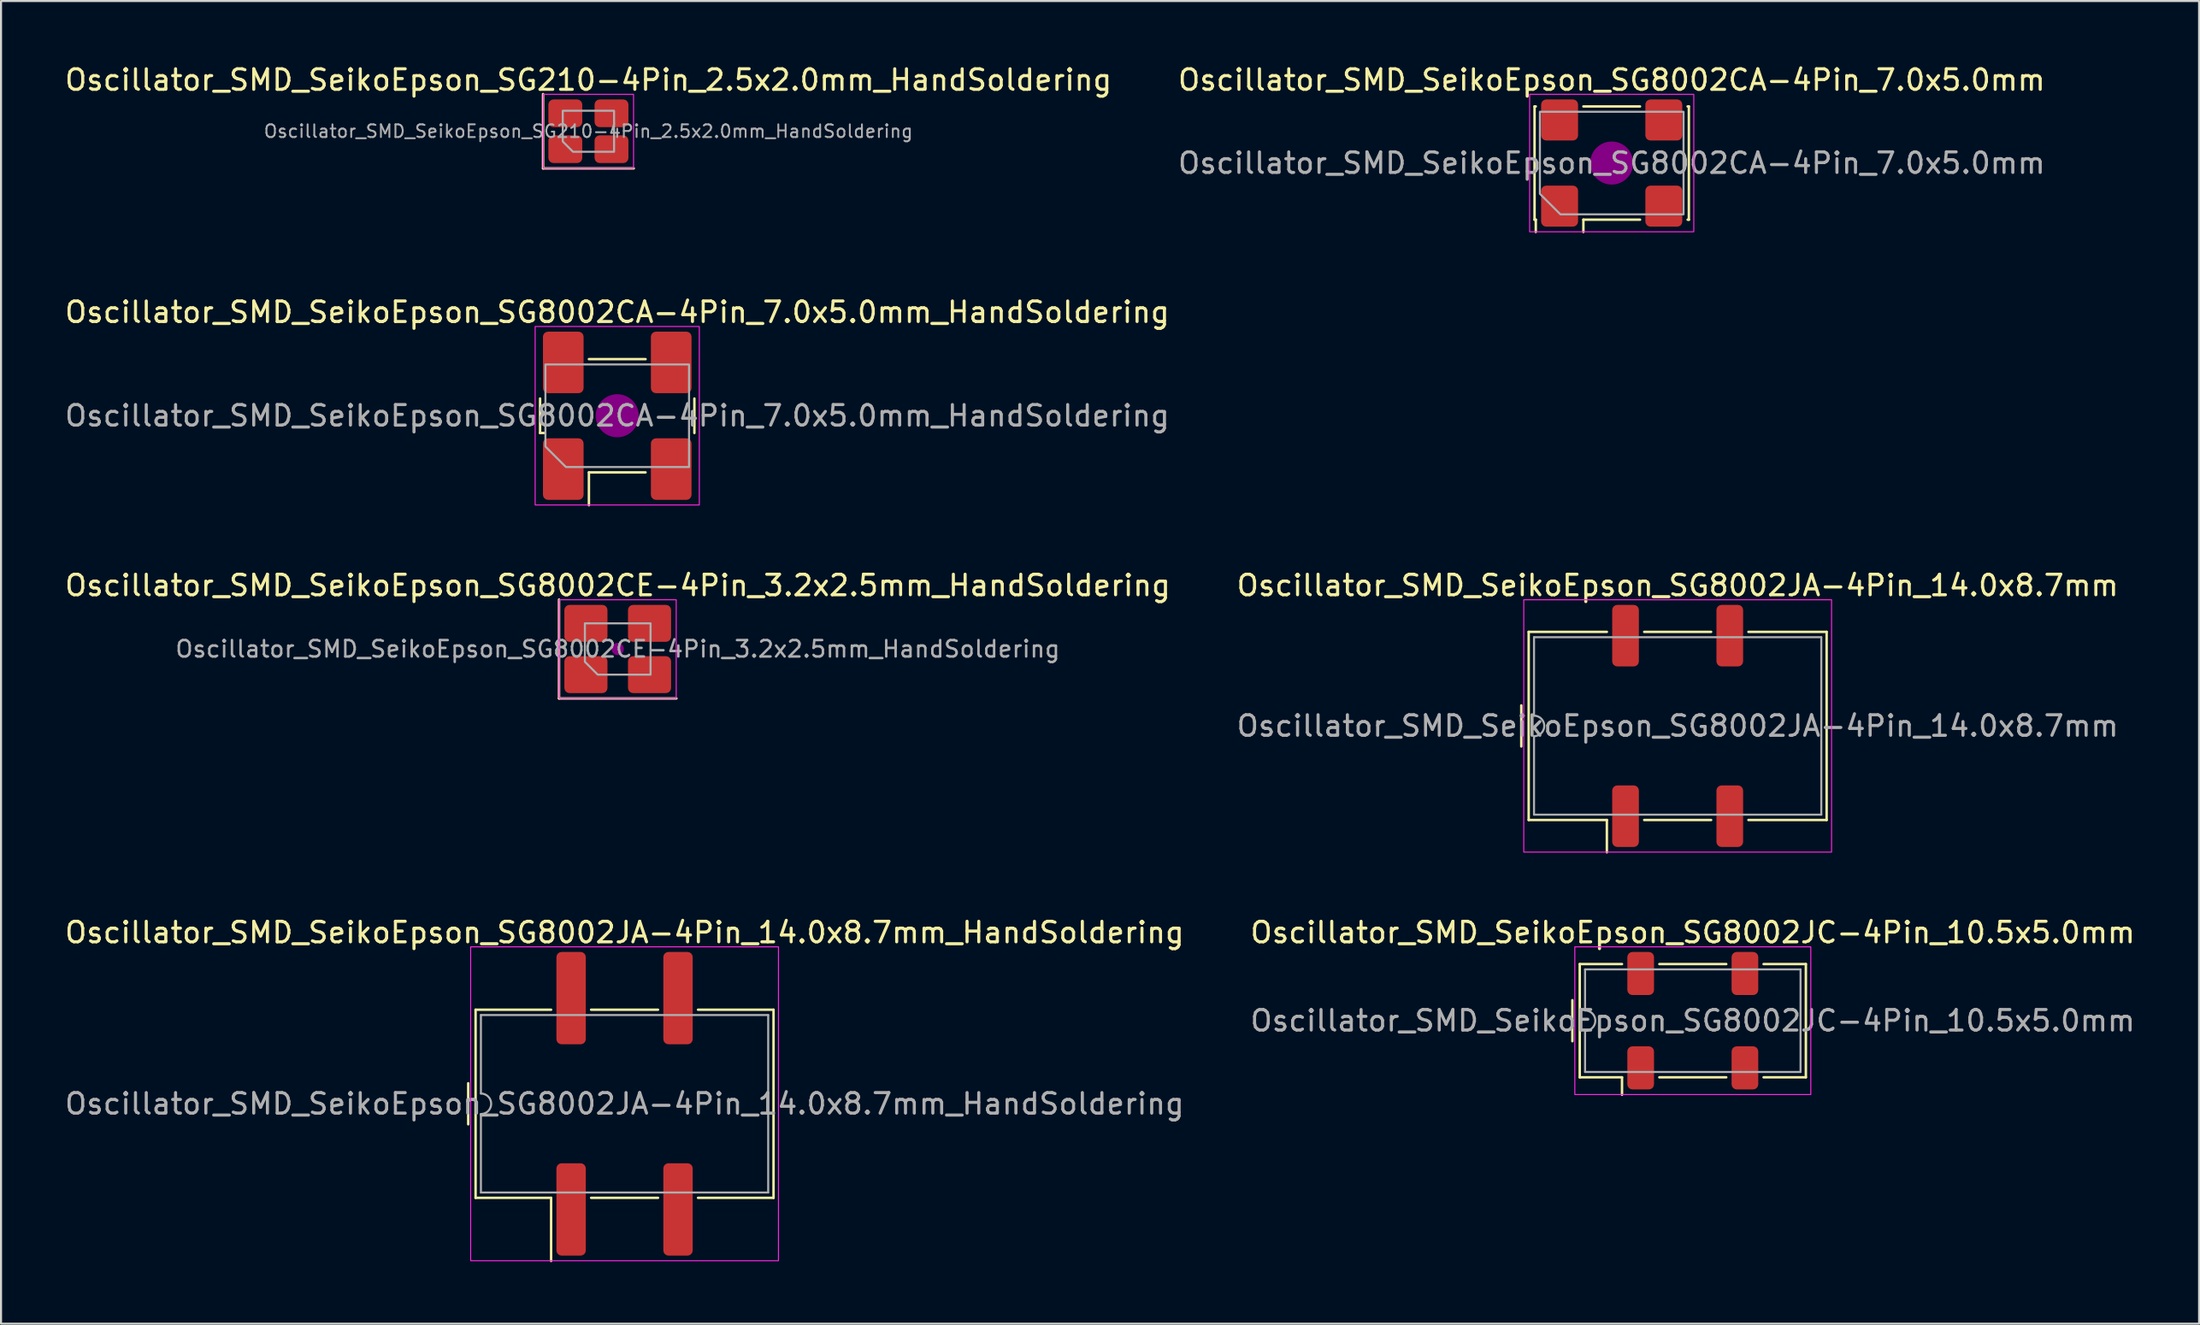
<source format=kicad_pcb>
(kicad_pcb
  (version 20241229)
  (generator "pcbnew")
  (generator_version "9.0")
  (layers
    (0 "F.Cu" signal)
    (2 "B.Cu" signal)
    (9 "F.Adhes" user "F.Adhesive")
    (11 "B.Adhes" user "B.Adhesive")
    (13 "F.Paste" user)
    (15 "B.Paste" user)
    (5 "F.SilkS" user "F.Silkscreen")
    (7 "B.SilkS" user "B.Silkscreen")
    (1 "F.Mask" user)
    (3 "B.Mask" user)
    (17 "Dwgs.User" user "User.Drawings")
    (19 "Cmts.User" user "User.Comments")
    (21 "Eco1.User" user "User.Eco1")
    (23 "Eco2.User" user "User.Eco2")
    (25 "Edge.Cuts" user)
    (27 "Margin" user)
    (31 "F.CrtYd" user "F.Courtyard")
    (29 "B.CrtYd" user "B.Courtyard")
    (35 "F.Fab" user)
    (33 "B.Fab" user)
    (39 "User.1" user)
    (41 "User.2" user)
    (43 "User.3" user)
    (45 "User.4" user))
  (footprint "Oscillator_SMD_SeikoEpson_SG8002CA-4Pin_7.0x5.0mm"
    (layer "F.Cu")
    (at 75.494 4.898)
    (property "Reference" "Oscillator_SMD_SeikoEpson_SG8002CA-4Pin_7.0x5.0mm" (at 0 -4.05 0) (layer "F.SilkS") (effects (font (size 1 1) (thickness 0.15))))
    (attr smd)
    (fp_line (start -3.76 -2.76) (end -3.7 -2.76) (stroke (width 0.12) (type solid)) (layer "F.SilkS"))
    (fp_line (start -3.76 2.76) (end -3.76 -2.76) (stroke (width 0.12) (type solid)) (layer "F.SilkS"))
    (fp_line (start -3.7 2.76) (end -3.76 2.76) (stroke (width 0.12) (type solid)) (layer "F.SilkS"))
    (fp_line (start -3.7 3.36) (end -3.7 2.76) (stroke (width 0.12) (type solid)) (layer "F.SilkS"))
    (fp_line (start -1.38 -2.76) (end 1.38 -2.76) (stroke (width 0.12) (type solid)) (layer "F.SilkS"))
    (fp_line (start -1.38 2.76) (end -1.38 3.36) (stroke (width 0.12) (type solid)) (layer "F.SilkS"))
    (fp_line (start 1.38 2.76) (end -1.38 2.76) (stroke (width 0.12) (type solid)) (layer "F.SilkS"))
    (fp_line (start 3.7 -2.76) (end 3.76 -2.76) (stroke (width 0.12) (type solid)) (layer "F.SilkS"))
    (fp_line (start 3.76 -2.76) (end 3.76 2.76) (stroke (width 0.12) (type solid)) (layer "F.SilkS"))
    (fp_line (start 3.76 2.76) (end 3.7 2.76) (stroke (width 0.12) (type solid)) (layer "F.SilkS"))
    (fp_circle (center 0 0) (end 1 0) (stroke (width 0.1) (type solid)) (fill yes) (layer "F.Adhes"))
    (fp_rect (start -4 -3.35) (end 4 3.35) (stroke (width 0.05) (type solid)) (fill no) (layer "F.CrtYd"))
    (fp_poly (pts (xy -3.5 -2.5) (xy -3.5 1.5) (xy -2.5 2.5) (xy 3.5 2.5) (xy 3.5 -2.5)) (stroke (width 0.1) (type solid)) (fill no) (layer "F.Fab"))
    (fp_text user "${REFERENCE}" (at 0 0 0) (layer "F.Fab") (effects (font (size 1 1) (thickness 0.15))))
    (pad "1" smd roundrect (at -2.54 2.1) (size 1.8 2) (layers "F.Cu" "F.Mask" "F.Paste") (roundrect_rratio 0.139))
    (pad "2" smd roundrect (at 2.54 2.1) (size 1.8 2) (layers "F.Cu" "F.Mask" "F.Paste") (roundrect_rratio 0.139))
    (pad "3" smd roundrect (at 2.54 -2.1) (size 1.8 2) (layers "F.Cu" "F.Mask" "F.Paste") (roundrect_rratio 0.139))
    (pad "4" smd roundrect (at -2.54 -2.1) (size 1.8 2) (layers "F.Cu" "F.Mask" "F.Paste") (roundrect_rratio 0.139)))
  (footprint "Oscillator_SMD_SeikoEpson_SG8002JA-4Pin_14.0x8.7mm_HandSoldering"
    (layer "F.Cu")
    (at 27.387 50.753)
    (property "Reference" "Oscillator_SMD_SeikoEpson_SG8002JA-4Pin_14.0x8.7mm_HandSoldering" (at 0 -8.35 0) (layer "F.SilkS") (effects (font (size 1 1) (thickness 0.15))))
    (attr smd)
    (fp_line (start -7.62 1) (end -7.62 -1) (stroke (width 0.12) (type solid)) (layer "F.SilkS"))
    (fp_line (start -7.26 -4.585) (end -3.58 -4.585) (stroke (width 0.12) (type solid)) (layer "F.SilkS"))
    (fp_line (start -7.26 4.585) (end -7.26 -4.585) (stroke (width 0.12) (type solid)) (layer "F.SilkS"))
    (fp_line (start -3.58 4.585) (end -7.26 4.585) (stroke (width 0.12) (type solid)) (layer "F.SilkS"))
    (fp_line (start -3.58 7.66) (end -3.58 4.585) (stroke (width 0.12) (type solid)) (layer "F.SilkS"))
    (fp_line (start -1.63 -4.585) (end 1.63 -4.585) (stroke (width 0.12) (type solid)) (layer "F.SilkS"))
    (fp_line (start 1.63 4.585) (end -1.63 4.585) (stroke (width 0.12) (type solid)) (layer "F.SilkS"))
    (fp_line (start 3.58 -4.585) (end 7.26 -4.585) (stroke (width 0.12) (type solid)) (layer "F.SilkS"))
    (fp_line (start 7.26 -4.585) (end 7.26 4.585) (stroke (width 0.12) (type solid)) (layer "F.SilkS"))
    (fp_line (start 7.26 4.585) (end 3.58 4.585) (stroke (width 0.12) (type solid)) (layer "F.SilkS"))
    (fp_rect (start -7.5 -7.65) (end 7.5 7.65) (stroke (width 0.05) (type solid)) (fill no) (layer "F.CrtYd"))
    (fp_line (start -7 -4.325) (end 7 -4.325) (stroke (width 0.1) (type solid)) (layer "F.Fab"))
    (fp_line (start -7 -0.5) (end -7 -4.325) (stroke (width 0.1) (type solid)) (layer "F.Fab"))
    (fp_line (start -7 4.325) (end -7 0.5) (stroke (width 0.1) (type solid)) (layer "F.Fab"))
    (fp_line (start 7 -4.325) (end 7 4.325) (stroke (width 0.1) (type solid)) (layer "F.Fab"))
    (fp_line (start 7 4.325) (end -7 4.325) (stroke (width 0.1) (type solid)) (layer "F.Fab"))
    (fp_arc (start -7 -0.5) (mid -6.5 0) (end -7 0.5) (stroke (width 0.1) (type solid)) (layer "F.Fab"))
    (fp_text user "${REFERENCE}" (at 0 0 0) (layer "F.Fab") (effects (font (size 1 1) (thickness 0.15))))
    (pad "1" smd roundrect (at -2.605 5.15) (size 1.43 4.5) (layers "F.Cu" "F.Mask" "F.Paste") (roundrect_rratio 0.175))
    (pad "2" smd roundrect (at 2.605 5.15) (size 1.43 4.5) (layers "F.Cu" "F.Mask" "F.Paste") (roundrect_rratio 0.175))
    (pad "3" smd roundrect (at 2.605 -5.15) (size 1.43 4.5) (layers "F.Cu" "F.Mask" "F.Paste") (roundrect_rratio 0.175))
    (pad "4" smd roundrect (at -2.605 -5.15) (size 1.43 4.5) (layers "F.Cu" "F.Mask" "F.Paste") (roundrect_rratio 0.175)))
  (footprint "Oscillator_SMD_SeikoEpson_SG8002JA-4Pin_14.0x8.7mm"
    (layer "F.Cu")
    (at 78.708 32.335)
    (property "Reference" "Oscillator_SMD_SeikoEpson_SG8002JA-4Pin_14.0x8.7mm" (at 0 -6.85 0) (layer "F.SilkS") (effects (font (size 1 1) (thickness 0.15))))
    (attr smd)
    (fp_line (start -7.62 1) (end -7.62 -1) (stroke (width 0.12) (type solid)) (layer "F.SilkS"))
    (fp_line (start -7.26 -4.585) (end -3.45 -4.585) (stroke (width 0.12) (type solid)) (layer "F.SilkS"))
    (fp_line (start -7.26 4.585) (end -7.26 -4.585) (stroke (width 0.12) (type solid)) (layer "F.SilkS"))
    (fp_line (start -3.45 4.585) (end -7.26 4.585) (stroke (width 0.12) (type solid)) (layer "F.SilkS"))
    (fp_line (start -3.45 6.16) (end -3.45 4.585) (stroke (width 0.12) (type solid)) (layer "F.SilkS"))
    (fp_line (start -1.63 -4.585) (end 1.63 -4.585) (stroke (width 0.12) (type solid)) (layer "F.SilkS"))
    (fp_line (start 1.63 4.585) (end -1.63 4.585) (stroke (width 0.12) (type solid)) (layer "F.SilkS"))
    (fp_line (start 3.45 -4.585) (end 7.26 -4.585) (stroke (width 0.12) (type solid)) (layer "F.SilkS"))
    (fp_line (start 7.26 -4.585) (end 7.26 4.585) (stroke (width 0.12) (type solid)) (layer "F.SilkS"))
    (fp_line (start 7.26 4.585) (end 3.45 4.585) (stroke (width 0.12) (type solid)) (layer "F.SilkS"))
    (fp_rect (start -7.5 -6.15) (end 7.5 6.15) (stroke (width 0.05) (type solid)) (fill no) (layer "F.CrtYd"))
    (fp_line (start -7 -4.325) (end 7 -4.325) (stroke (width 0.1) (type solid)) (layer "F.Fab"))
    (fp_line (start -7 -0.5) (end -7 -4.325) (stroke (width 0.1) (type solid)) (layer "F.Fab"))
    (fp_line (start -7 4.325) (end -7 0.5) (stroke (width 0.1) (type solid)) (layer "F.Fab"))
    (fp_line (start 7 -4.325) (end 7 4.325) (stroke (width 0.1) (type solid)) (layer "F.Fab"))
    (fp_line (start 7 4.325) (end -7 4.325) (stroke (width 0.1) (type solid)) (layer "F.Fab"))
    (fp_arc (start -7 -0.5) (mid -6.5 0) (end -7 0.5) (stroke (width 0.1) (type solid)) (layer "F.Fab"))
    (fp_text user "${REFERENCE}" (at 0 0 0) (layer "F.Fab") (effects (font (size 1 1) (thickness 0.15))))
    (pad "1" smd roundrect (at -2.54 4.4) (size 1.3 3) (layers "F.Cu" "F.Mask" "F.Paste") (roundrect_rratio 0.192))
    (pad "2" smd roundrect (at 2.54 4.4) (size 1.3 3) (layers "F.Cu" "F.Mask" "F.Paste") (roundrect_rratio 0.192))
    (pad "3" smd roundrect (at 2.54 -4.4) (size 1.3 3) (layers "F.Cu" "F.Mask" "F.Paste") (roundrect_rratio 0.192))
    (pad "4" smd roundrect (at -2.54 -4.4) (size 1.3 3) (layers "F.Cu" "F.Mask" "F.Paste") (roundrect_rratio 0.192)))
  (footprint "Oscillator_SMD_SeikoEpson_SG8002JC-4Pin_10.5x5.0mm"
    (layer "F.Cu")
    (at 79.446 46.703)
    (property "Reference" "Oscillator_SMD_SeikoEpson_SG8002JC-4Pin_10.5x5.0mm" (at 0 -4.3 0) (layer "F.SilkS") (effects (font (size 1 1) (thickness 0.15))))
    (attr smd)
    (fp_line (start -5.87 1) (end -5.87 -1) (stroke (width 0.12) (type solid)) (layer "F.SilkS"))
    (fp_line (start -5.51 -2.76) (end -3.45 -2.76) (stroke (width 0.12) (type solid)) (layer "F.SilkS"))
    (fp_line (start -5.51 2.76) (end -5.51 -2.76) (stroke (width 0.12) (type solid)) (layer "F.SilkS"))
    (fp_line (start -3.45 2.76) (end -5.51 2.76) (stroke (width 0.12) (type solid)) (layer "F.SilkS"))
    (fp_line (start -3.45 3.61) (end -3.45 2.76) (stroke (width 0.12) (type solid)) (layer "F.SilkS"))
    (fp_line (start -1.63 -2.76) (end 1.63 -2.76) (stroke (width 0.12) (type solid)) (layer "F.SilkS"))
    (fp_line (start 1.63 2.76) (end -1.63 2.76) (stroke (width 0.12) (type solid)) (layer "F.SilkS"))
    (fp_line (start 3.45 -2.76) (end 5.51 -2.76) (stroke (width 0.12) (type solid)) (layer "F.SilkS"))
    (fp_line (start 5.51 -2.76) (end 5.51 2.76) (stroke (width 0.12) (type solid)) (layer "F.SilkS"))
    (fp_line (start 5.51 2.76) (end 3.45 2.76) (stroke (width 0.12) (type solid)) (layer "F.SilkS"))
    (fp_rect (start -5.75 -3.6) (end 5.75 3.6) (stroke (width 0.05) (type solid)) (fill no) (layer "F.CrtYd"))
    (fp_line (start -5.25 -2.5) (end 5.25 -2.5) (stroke (width 0.1) (type solid)) (layer "F.Fab"))
    (fp_line (start -5.25 -0.5) (end -5.25 -2.5) (stroke (width 0.1) (type solid)) (layer "F.Fab"))
    (fp_line (start -5.25 2.5) (end -5.25 0.5) (stroke (width 0.1) (type solid)) (layer "F.Fab"))
    (fp_line (start 5.25 -2.5) (end 5.25 2.5) (stroke (width 0.1) (type solid)) (layer "F.Fab"))
    (fp_line (start 5.25 2.5) (end -5.25 2.5) (stroke (width 0.1) (type solid)) (layer "F.Fab"))
    (fp_arc (start -5.25 -0.5) (mid -4.75 0) (end -5.25 0.5) (stroke (width 0.1) (type solid)) (layer "F.Fab"))
    (fp_text user "${REFERENCE}" (at 0 0 0) (layer "F.Fab") (effects (font (size 1 1) (thickness 0.15))))
    (pad "1" smd roundrect (at -2.54 2.3) (size 1.3 2.1) (layers "F.Cu" "F.Mask" "F.Paste") (roundrect_rratio 0.192))
    (pad "2" smd roundrect (at 2.54 2.3) (size 1.3 2.1) (layers "F.Cu" "F.Mask" "F.Paste") (roundrect_rratio 0.192))
    (pad "3" smd roundrect (at 2.54 -2.3) (size 1.3 2.1) (layers "F.Cu" "F.Mask" "F.Paste") (roundrect_rratio 0.192))
    (pad "4" smd roundrect (at -2.54 -2.3) (size 1.3 2.1) (layers "F.Cu" "F.Mask" "F.Paste") (roundrect_rratio 0.192)))
  (footprint "Oscillator_SMD_SeikoEpson_SG8002CE-4Pin_3.2x2.5mm_HandSoldering"
    (layer "F.Cu")
    (at 27.054 28.585)
    (property "Reference" "Oscillator_SMD_SeikoEpson_SG8002CE-4Pin_3.2x2.5mm_HandSoldering" (at 0 -3.1 0) (layer "F.SilkS") (effects (font (size 1 1) (thickness 0.15))))
    (attr smd)
    (fp_line (start -2.86 -2.41) (end -2.86 2.41) (stroke (width 0.12) (type solid)) (layer "F.SilkS"))
    (fp_line (start -2.86 2.41) (end 2.86 2.41) (stroke (width 0.12) (type solid)) (layer "F.SilkS"))
    (fp_circle (center 0 0) (end 0.25 0) (stroke (width 0.1) (type solid)) (fill yes) (layer "F.Adhes"))
    (fp_rect (start -2.85 -2.4) (end 2.85 2.4) (stroke (width 0.05) (type solid)) (fill no) (layer "F.CrtYd"))
    (fp_poly (pts (xy -1.6 -1.25) (xy -1.6 0.625) (xy -0.975 1.25) (xy 1.6 1.25) (xy 1.6 -1.25)) (stroke (width 0.1) (type solid)) (fill no) (layer "F.Fab"))
    (fp_text user "${REFERENCE}" (at 0 0 0) (layer "F.Fab") (effects (font (size 0.8 0.8) (thickness 0.12))))
    (pad "1" smd roundrect (at -1.55 1.25) (size 2.1 1.8) (layers "F.Cu" "F.Mask" "F.Paste") (roundrect_rratio 0.139))
    (pad "2" smd roundrect (at 1.55 1.25) (size 2.1 1.8) (layers "F.Cu" "F.Mask" "F.Paste") (roundrect_rratio 0.139))
    (pad "3" smd roundrect (at 1.55 -1.25) (size 2.1 1.8) (layers "F.Cu" "F.Mask" "F.Paste") (roundrect_rratio 0.139))
    (pad "4" smd roundrect (at -1.55 -1.25) (size 2.1 1.8) (layers "F.Cu" "F.Mask" "F.Paste") (roundrect_rratio 0.139)))
  (footprint "Oscillator_SMD_SeikoEpson_SG8002CA-4Pin_7.0x5.0mm_HandSoldering"
    (layer "F.Cu")
    (at 27.03 17.216)
    (property "Reference" "Oscillator_SMD_SeikoEpson_SG8002CA-4Pin_7.0x5.0mm_HandSoldering" (at 0 -5.05 0) (layer "F.SilkS") (effects (font (size 1 1) (thickness 0.15))))
    (attr smd)
    (fp_line (start -3.76 0.84) (end -3.76 -0.84) (stroke (width 0.12) (type solid)) (layer "F.SilkS"))
    (fp_line (start -3.52 0.84) (end -3.76 0.84) (stroke (width 0.12) (type solid)) (layer "F.SilkS"))
    (fp_line (start -1.38 -2.76) (end 1.38 -2.76) (stroke (width 0.12) (type solid)) (layer "F.SilkS"))
    (fp_line (start -1.38 2.76) (end -1.38 4.36) (stroke (width 0.12) (type solid)) (layer "F.SilkS"))
    (fp_line (start 1.38 2.76) (end -1.38 2.76) (stroke (width 0.12) (type solid)) (layer "F.SilkS"))
    (fp_line (start 3.76 -0.84) (end 3.76 0.84) (stroke (width 0.12) (type solid)) (layer "F.SilkS"))
    (fp_circle (center 0 0) (end 1 0) (stroke (width 0.1) (type solid)) (fill yes) (layer "F.Adhes"))
    (fp_rect (start -4 -4.35) (end 4 4.35) (stroke (width 0.05) (type solid)) (fill no) (layer "F.CrtYd"))
    (fp_poly (pts (xy -3.5 -2.5) (xy -3.5 1.5) (xy -2.5 2.5) (xy 3.5 2.5) (xy 3.5 -2.5)) (stroke (width 0.1) (type solid)) (fill no) (layer "F.Fab"))
    (fp_text user "${REFERENCE}" (at 0 0 0) (layer "F.Fab") (effects (font (size 1 1) (thickness 0.15))))
    (pad "1" smd roundrect (at -2.63 2.6) (size 1.98 3) (layers "F.Cu" "F.Mask" "F.Paste") (roundrect_rratio 0.126))
    (pad "2" smd roundrect (at 2.63 2.6) (size 1.98 3) (layers "F.Cu" "F.Mask" "F.Paste") (roundrect_rratio 0.126))
    (pad "3" smd roundrect (at 2.63 -2.6) (size 1.98 3) (layers "F.Cu" "F.Mask" "F.Paste") (roundrect_rratio 0.126))
    (pad "4" smd roundrect (at -2.63 -2.6) (size 1.98 3) (layers "F.Cu" "F.Mask" "F.Paste") (roundrect_rratio 0.126)))
  (footprint "Oscillator_SMD_SeikoEpson_SG210-4Pin_2.5x2.0mm_HandSoldering"
    (layer "F.Cu")
    (at 25.625 3.348)
    (property "Reference" "Oscillator_SMD_SeikoEpson_SG210-4Pin_2.5x2.0mm_HandSoldering" (at 0 -2.5 0) (layer "F.SilkS") (effects (font (size 1 1) (thickness 0.15))))
    (attr smd)
    (fp_line (start -2.21 -1.81) (end -2.21 1.81) (stroke (width 0.12) (type solid)) (layer "F.SilkS"))
    (fp_line (start -2.21 1.81) (end 2.21 1.81) (stroke (width 0.12) (type solid)) (layer "F.SilkS"))
    (fp_rect (start -2.2 -1.8) (end 2.2 1.8) (stroke (width 0.05) (type solid)) (fill no) (layer "F.CrtYd"))
    (fp_poly (pts (xy -1.25 -1) (xy -1.25 0.5) (xy -0.75 1) (xy 1.25 1) (xy 1.25 -1)) (stroke (width 0.1) (type solid)) (fill no) (layer "F.Fab"))
    (fp_text user "${REFERENCE}" (at 0 0 0) (layer "F.Fab") (effects (font (size 0.62 0.62) (thickness 0.09))))
    (pad "1" smd roundrect (at -1.125 0.875) (size 1.65 1.35) (layers "F.Cu" "F.Mask" "F.Paste") (roundrect_rratio 0.185))
    (pad "2" smd roundrect (at 1.125 0.875) (size 1.65 1.35) (layers "F.Cu" "F.Mask" "F.Paste") (roundrect_rratio 0.185))
    (pad "3" smd roundrect (at 1.125 -0.875) (size 1.65 1.35) (layers "F.Cu" "F.Mask" "F.Paste") (roundrect_rratio 0.185))
    (pad "4" smd roundrect (at -1.125 -0.875) (size 1.65 1.35) (layers "F.Cu" "F.Mask" "F.Paste") (roundrect_rratio 0.185)))
  (gr_rect
    (start -3 -3)
    (end 104.119 61.473)
    (stroke (width 0.1) (type default))
    (fill no)
    (layer "Edge.Cuts")))
</source>
